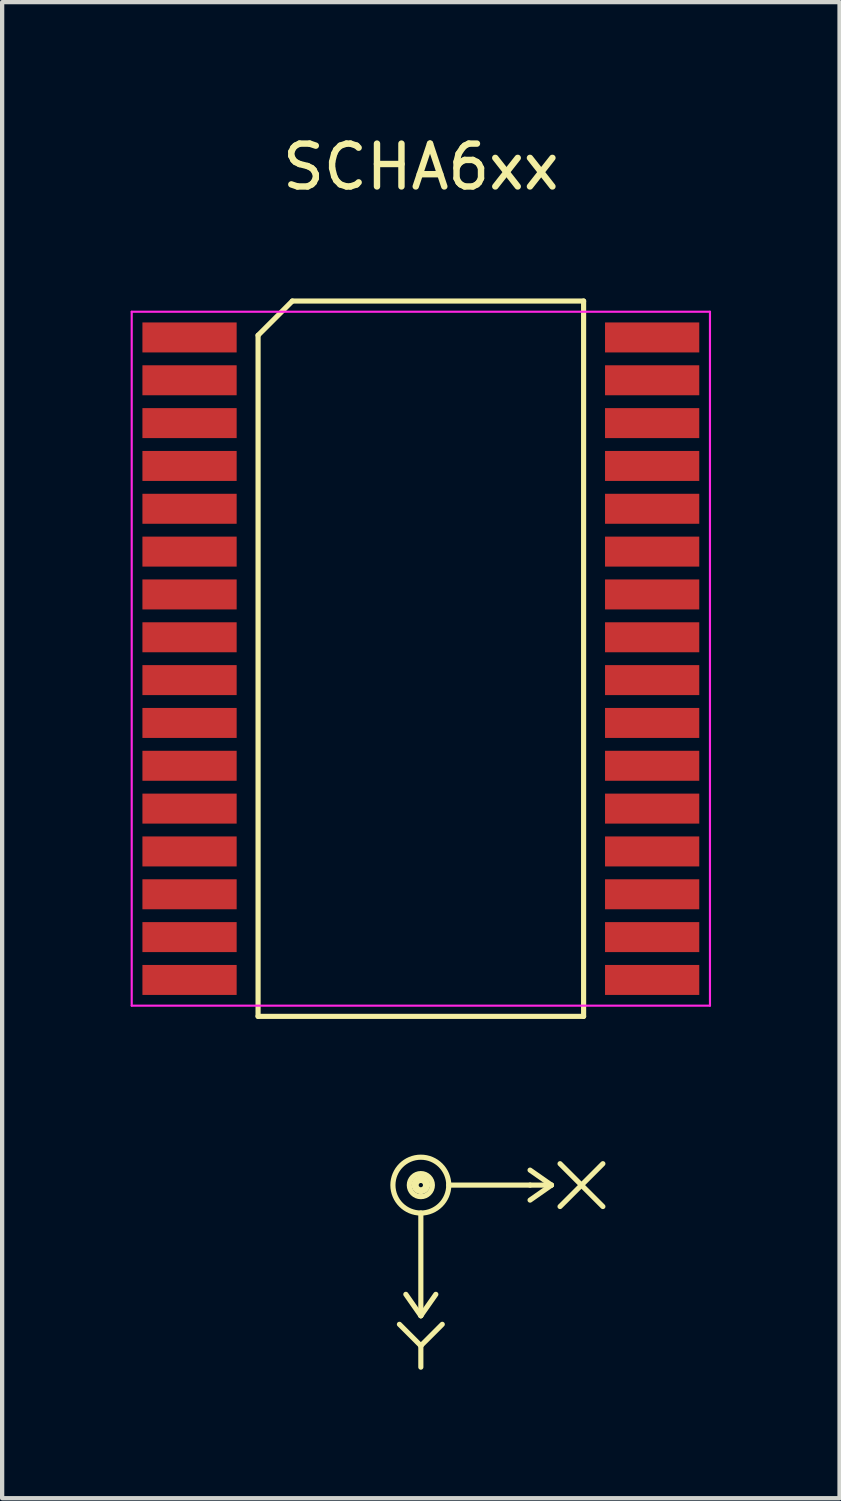
<source format=kicad_pcb>
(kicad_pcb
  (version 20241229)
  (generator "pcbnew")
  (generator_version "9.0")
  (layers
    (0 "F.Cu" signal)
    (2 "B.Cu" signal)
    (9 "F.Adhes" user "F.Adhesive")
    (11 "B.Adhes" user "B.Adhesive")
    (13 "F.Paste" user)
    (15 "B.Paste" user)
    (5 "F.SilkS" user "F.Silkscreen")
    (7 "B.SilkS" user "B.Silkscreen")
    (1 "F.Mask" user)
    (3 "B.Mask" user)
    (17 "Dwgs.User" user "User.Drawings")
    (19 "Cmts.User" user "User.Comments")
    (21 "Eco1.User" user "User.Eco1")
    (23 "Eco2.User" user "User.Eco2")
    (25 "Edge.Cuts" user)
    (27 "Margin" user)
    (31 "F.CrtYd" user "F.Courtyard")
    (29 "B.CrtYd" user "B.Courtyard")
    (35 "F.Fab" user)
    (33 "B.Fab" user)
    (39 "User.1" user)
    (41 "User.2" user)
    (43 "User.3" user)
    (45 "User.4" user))
  (footprint "SCHA6xx"
    (layer "F.Cu")
    (at 6.775 12.278)
    (property "Reference" "SCHA6xx" (at 0 -11.43 0) (layer "F.SilkS") (effects (font (size 1 1) (thickness 0.15))))
    (attr smd)
    (fp_line (start -3.8 -7.5) (end -3 -8.3) (stroke (width 0.12) (type solid)) (layer "F.SilkS"))
    (fp_line (start -3.8 8.4) (end -3.8 -7.5) (stroke (width 0.12) (type solid)) (layer "F.SilkS"))
    (fp_line (start -3 -8.3) (end 3.8 -8.3) (stroke (width 0.12) (type solid)) (layer "F.SilkS"))
    (fp_line (start -0.5 15.59) (end 0 16.09) (stroke (width 0.12) (type solid)) (layer "F.SilkS"))
    (fp_line (start 0 12.992) (end 0 15.39) (stroke (width 0.12) (type solid)) (layer "F.SilkS"))
    (fp_line (start 0 15.39) (end -0.35 14.89) (stroke (width 0.12) (type solid)) (layer "F.SilkS"))
    (fp_line (start 0 15.39) (end 0.35 14.89) (stroke (width 0.12) (type solid)) (layer "F.SilkS"))
    (fp_line (start 0 16.09) (end 0 16.59) (stroke (width 0.12) (type solid)) (layer "F.SilkS"))
    (fp_line (start 0 16.09) (end 0.5 15.59) (stroke (width 0.12) (type solid)) (layer "F.SilkS"))
    (fp_line (start 0.652 12.34) (end 2.55 12.34) (stroke (width 0.12) (type solid)) (layer "F.SilkS"))
    (fp_line (start 3.05 12.34) (end 2.55 11.99) (stroke (width 0.12) (type solid)) (layer "F.SilkS"))
    (fp_line (start 3.05 12.34) (end 2.55 12.34) (stroke (width 0.12) (type solid)) (layer "F.SilkS"))
    (fp_line (start 3.05 12.34) (end 2.55 12.69) (stroke (width 0.12) (type solid)) (layer "F.SilkS"))
    (fp_line (start 3.25 11.84) (end 4.25 12.84) (stroke (width 0.12) (type solid)) (layer "F.SilkS"))
    (fp_line (start 3.8 -8.3) (end 3.8 8.4) (stroke (width 0.12) (type solid)) (layer "F.SilkS"))
    (fp_line (start 3.8 8.4) (end -3.8 8.4) (stroke (width 0.12) (type solid)) (layer "F.SilkS"))
    (fp_line (start 4.25 11.84) (end 3.25 12.84) (stroke (width 0.12) (type solid)) (layer "F.SilkS"))
    (fp_circle (center 0 12.332) (end 0.05 12.482) (stroke (width 0.12) (type solid)) (fill no) (layer "F.SilkS"))
    (fp_circle (center 0 12.34) (end -0.05 12.34) (stroke (width 0.12) (type solid)) (fill no) (layer "F.SilkS"))
    (fp_circle (center 0 12.34) (end 0.1 12.59) (stroke (width 0.12) (type solid)) (fill no) (layer "F.SilkS"))
    (fp_circle (center 0 12.34) (end 0.55 12.69) (stroke (width 0.12) (type solid)) (fill no) (layer "F.SilkS"))
    (fp_line (start -6.75 -8.05) (end 6.75 -8.05) (stroke (width 0.05) (type solid)) (layer "F.CrtYd"))
    (fp_line (start -6.75 8.15) (end -6.75 -8.05) (stroke (width 0.05) (type solid)) (layer "F.CrtYd"))
    (fp_line (start 6.75 -8.05) (end 6.75 8.15) (stroke (width 0.05) (type solid)) (layer "F.CrtYd"))
    (fp_line (start 6.75 8.15) (end -6.75 8.15) (stroke (width 0.05) (type solid)) (layer "F.CrtYd"))
    (pad "1" smd rect (at -5.4 -7.45 270) (size 0.7 2.2) (layers "F.Cu" "F.Mask" "F.Paste"))
    (pad "2" smd rect (at -5.4 -6.45 270) (size 0.7 2.2) (layers "F.Cu" "F.Mask" "F.Paste"))
    (pad "3" smd rect (at -5.4 -5.45 270) (size 0.7 2.2) (layers "F.Cu" "F.Mask" "F.Paste"))
    (pad "4" smd rect (at -5.4 -4.45 270) (size 0.7 2.2) (layers "F.Cu" "F.Mask" "F.Paste"))
    (pad "5" smd rect (at -5.4 -3.45 270) (size 0.7 2.2) (layers "F.Cu" "F.Mask" "F.Paste"))
    (pad "6" smd rect (at -5.4 -2.45 270) (size 0.7 2.2) (layers "F.Cu" "F.Mask" "F.Paste"))
    (pad "7" smd rect (at -5.4 -1.45 270) (size 0.7 2.2) (layers "F.Cu" "F.Mask" "F.Paste"))
    (pad "8" smd rect (at -5.4 -0.45 270) (size 0.7 2.2) (layers "F.Cu" "F.Mask" "F.Paste"))
    (pad "9" smd rect (at -5.4 0.55 270) (size 0.7 2.2) (layers "F.Cu" "F.Mask" "F.Paste"))
    (pad "10" smd rect (at -5.4 1.55 270) (size 0.7 2.2) (layers "F.Cu" "F.Mask" "F.Paste"))
    (pad "11" smd rect (at -5.4 2.55 270) (size 0.7 2.2) (layers "F.Cu" "F.Mask" "F.Paste"))
    (pad "12" smd rect (at -5.4 3.55 270) (size 0.7 2.2) (layers "F.Cu" "F.Mask" "F.Paste"))
    (pad "13" smd rect (at -5.4 4.55 270) (size 0.7 2.2) (layers "F.Cu" "F.Mask" "F.Paste"))
    (pad "14" smd rect (at -5.4 5.55 270) (size 0.7 2.2) (layers "F.Cu" "F.Mask" "F.Paste"))
    (pad "15" smd rect (at -5.4 6.55 270) (size 0.7 2.2) (layers "F.Cu" "F.Mask" "F.Paste"))
    (pad "16" smd rect (at -5.4 7.55 270) (size 0.7 2.2) (layers "F.Cu" "F.Mask" "F.Paste"))
    (pad "17" smd rect (at 5.4 7.55 270) (size 0.7 2.2) (layers "F.Cu" "F.Mask" "F.Paste"))
    (pad "18" smd rect (at 5.4 6.55 270) (size 0.7 2.2) (layers "F.Cu" "F.Mask" "F.Paste"))
    (pad "19" smd rect (at 5.4 5.55 270) (size 0.7 2.2) (layers "F.Cu" "F.Mask" "F.Paste"))
    (pad "20" smd rect (at 5.4 4.55 270) (size 0.7 2.2) (layers "F.Cu" "F.Mask" "F.Paste"))
    (pad "21" smd rect (at 5.4 3.55 270) (size 0.7 2.2) (layers "F.Cu" "F.Mask" "F.Paste"))
    (pad "22" smd rect (at 5.4 2.55 270) (size 0.7 2.2) (layers "F.Cu" "F.Mask" "F.Paste"))
    (pad "23" smd rect (at 5.4 1.55 270) (size 0.7 2.2) (layers "F.Cu" "F.Mask" "F.Paste"))
    (pad "24" smd rect (at 5.4 0.55 270) (size 0.7 2.2) (layers "F.Cu" "F.Mask" "F.Paste"))
    (pad "25" smd rect (at 5.4 -0.45 270) (size 0.7 2.2) (layers "F.Cu" "F.Mask" "F.Paste"))
    (pad "26" smd rect (at 5.4 -1.45 270) (size 0.7 2.2) (layers "F.Cu" "F.Mask" "F.Paste"))
    (pad "27" smd rect (at 5.4 -2.45 270) (size 0.7 2.2) (layers "F.Cu" "F.Mask" "F.Paste"))
    (pad "28" smd rect (at 5.4 -3.45 270) (size 0.7 2.2) (layers "F.Cu" "F.Mask" "F.Paste"))
    (pad "29" smd rect (at 5.4 -4.45 270) (size 0.7 2.2) (layers "F.Cu" "F.Mask" "F.Paste"))
    (pad "30" smd rect (at 5.4 -5.45 270) (size 0.7 2.2) (layers "F.Cu" "F.Mask" "F.Paste"))
    (pad "31" smd rect (at 5.4 -6.45 270) (size 0.7 2.2) (layers "F.Cu" "F.Mask" "F.Paste"))
    (pad "32" smd rect (at 5.4 -7.45 270) (size 0.7 2.2) (layers "F.Cu" "F.Mask" "F.Paste")))
  (gr_rect
    (start -3 -3)
    (end 16.55 31.928)
    (stroke (width 0.1) (type default))
    (fill no)
    (layer "Edge.Cuts")))
</source>
